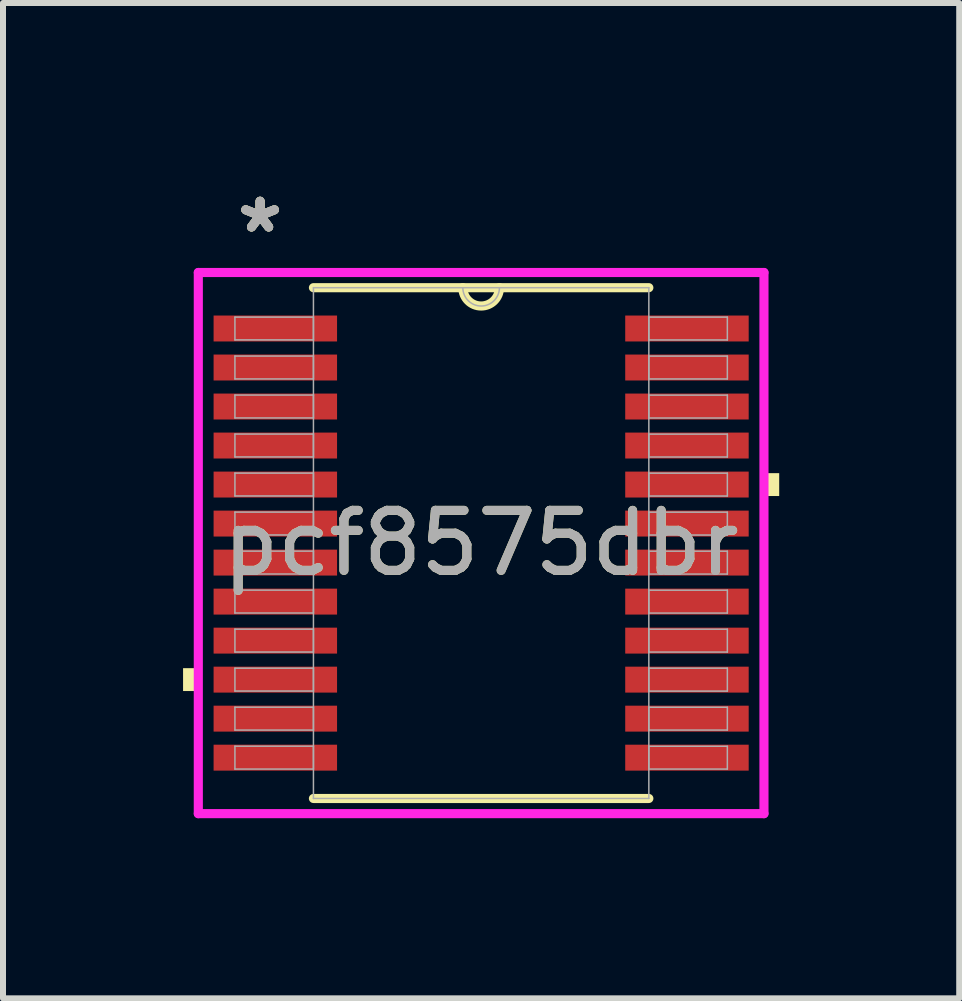
<source format=kicad_pcb>
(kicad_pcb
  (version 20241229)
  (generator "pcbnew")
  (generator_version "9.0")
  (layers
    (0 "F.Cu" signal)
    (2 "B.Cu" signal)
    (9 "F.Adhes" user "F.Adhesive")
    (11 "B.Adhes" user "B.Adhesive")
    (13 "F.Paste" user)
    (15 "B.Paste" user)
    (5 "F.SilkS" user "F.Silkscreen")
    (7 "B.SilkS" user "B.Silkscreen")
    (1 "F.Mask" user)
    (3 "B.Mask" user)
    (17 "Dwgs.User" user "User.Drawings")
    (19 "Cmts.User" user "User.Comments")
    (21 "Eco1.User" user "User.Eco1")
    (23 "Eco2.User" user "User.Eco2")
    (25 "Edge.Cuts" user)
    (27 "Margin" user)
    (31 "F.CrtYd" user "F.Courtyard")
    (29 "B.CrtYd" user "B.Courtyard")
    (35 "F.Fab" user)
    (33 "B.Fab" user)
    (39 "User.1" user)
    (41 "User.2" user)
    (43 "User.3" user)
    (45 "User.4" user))
  (footprint "pcf8575dbr"
    (layer "F.Cu")
    (at 4.966 5.998)
    (property "Reference" "pcf8575dbr" (at 0 0 0) (unlocked yes) (layer "F.SilkS") (effects (font (size 1 1) (thickness 0.15))))
    (attr smd)
    (fp_line (start -2.794 4.255) (end 2.794 4.255) (stroke (width 0.152) (type solid)) (layer "F.SilkS"))
    (fp_line (start 2.794 -4.255) (end -2.794 -4.255) (stroke (width 0.152) (type solid)) (layer "F.SilkS"))
    (fp_arc (start 0.3048 -4.2545) (mid 0 -3.9497) (end -0.3048 -4.2545) (stroke (width 0.1524) (type solid)) (layer "F.SilkS"))
    (fp_poly (pts (xy -4.966 2.084) (xy -4.966 2.465) (xy -4.712 2.465) (xy -4.712 2.084)) (stroke (width 0) (type solid)) (fill yes) (layer "F.SilkS"))
    (fp_poly (pts (xy 4.966 -1.165) (xy 4.966 -0.784) (xy 4.712 -0.784) (xy 4.712 -1.165)) (stroke (width 0) (type solid)) (fill yes) (layer "F.SilkS"))
    (fp_line (start -4.712 -4.508) (end 4.712 -4.508) (stroke (width 0.152) (type solid)) (layer "F.CrtYd"))
    (fp_line (start -4.712 4.508) (end -4.712 -4.508) (stroke (width 0.152) (type solid)) (layer "F.CrtYd"))
    (fp_line (start 4.712 -4.508) (end 4.712 4.508) (stroke (width 0.152) (type solid)) (layer "F.CrtYd"))
    (fp_line (start 4.712 4.508) (end -4.712 4.508) (stroke (width 0.152) (type solid)) (layer "F.CrtYd"))
    (fp_line (start -4.102 -3.765) (end -4.102 -3.385) (stroke (width 0.025) (type solid)) (layer "F.Fab"))
    (fp_line (start -4.102 -3.385) (end -2.794 -3.385) (stroke (width 0.025) (type solid)) (layer "F.Fab"))
    (fp_line (start -4.102 -3.116) (end -4.102 -2.735) (stroke (width 0.025) (type solid)) (layer "F.Fab"))
    (fp_line (start -4.102 -2.735) (end -2.794 -2.735) (stroke (width 0.025) (type solid)) (layer "F.Fab"))
    (fp_line (start -4.102 -2.466) (end -4.102 -2.085) (stroke (width 0.025) (type solid)) (layer "F.Fab"))
    (fp_line (start -4.102 -2.085) (end -2.794 -2.085) (stroke (width 0.025) (type solid)) (layer "F.Fab"))
    (fp_line (start -4.102 -1.816) (end -4.102 -1.435) (stroke (width 0.025) (type solid)) (layer "F.Fab"))
    (fp_line (start -4.102 -1.435) (end -2.794 -1.435) (stroke (width 0.025) (type solid)) (layer "F.Fab"))
    (fp_line (start -4.102 -1.166) (end -4.102 -0.785) (stroke (width 0.025) (type solid)) (layer "F.Fab"))
    (fp_line (start -4.102 -0.785) (end -2.794 -0.785) (stroke (width 0.025) (type solid)) (layer "F.Fab"))
    (fp_line (start -4.102 -0.516) (end -4.102 -0.135) (stroke (width 0.025) (type solid)) (layer "F.Fab"))
    (fp_line (start -4.102 -0.135) (end -2.794 -0.135) (stroke (width 0.025) (type solid)) (layer "F.Fab"))
    (fp_line (start -4.102 0.134) (end -4.102 0.515) (stroke (width 0.025) (type solid)) (layer "F.Fab"))
    (fp_line (start -4.102 0.515) (end -2.794 0.515) (stroke (width 0.025) (type solid)) (layer "F.Fab"))
    (fp_line (start -4.102 0.784) (end -4.102 1.165) (stroke (width 0.025) (type solid)) (layer "F.Fab"))
    (fp_line (start -4.102 1.165) (end -2.794 1.165) (stroke (width 0.025) (type solid)) (layer "F.Fab"))
    (fp_line (start -4.102 1.434) (end -4.102 1.815) (stroke (width 0.025) (type solid)) (layer "F.Fab"))
    (fp_line (start -4.102 1.815) (end -2.794 1.815) (stroke (width 0.025) (type solid)) (layer "F.Fab"))
    (fp_line (start -4.102 2.084) (end -4.102 2.465) (stroke (width 0.025) (type solid)) (layer "F.Fab"))
    (fp_line (start -4.102 2.465) (end -2.794 2.465) (stroke (width 0.025) (type solid)) (layer "F.Fab"))
    (fp_line (start -4.102 2.734) (end -4.102 3.115) (stroke (width 0.025) (type solid)) (layer "F.Fab"))
    (fp_line (start -4.102 3.115) (end -2.794 3.115) (stroke (width 0.025) (type solid)) (layer "F.Fab"))
    (fp_line (start -4.102 3.384) (end -4.102 3.765) (stroke (width 0.025) (type solid)) (layer "F.Fab"))
    (fp_line (start -4.102 3.765) (end -2.794 3.765) (stroke (width 0.025) (type solid)) (layer "F.Fab"))
    (fp_line (start -2.794 -4.255) (end -2.794 4.255) (stroke (width 0.025) (type solid)) (layer "F.Fab"))
    (fp_line (start -2.794 -3.765) (end -4.102 -3.765) (stroke (width 0.025) (type solid)) (layer "F.Fab"))
    (fp_line (start -2.794 -3.385) (end -2.794 -3.765) (stroke (width 0.025) (type solid)) (layer "F.Fab"))
    (fp_line (start -2.794 -3.116) (end -4.102 -3.116) (stroke (width 0.025) (type solid)) (layer "F.Fab"))
    (fp_line (start -2.794 -2.735) (end -2.794 -3.116) (stroke (width 0.025) (type solid)) (layer "F.Fab"))
    (fp_line (start -2.794 -2.466) (end -4.102 -2.466) (stroke (width 0.025) (type solid)) (layer "F.Fab"))
    (fp_line (start -2.794 -2.085) (end -2.794 -2.466) (stroke (width 0.025) (type solid)) (layer "F.Fab"))
    (fp_line (start -2.794 -1.816) (end -4.102 -1.816) (stroke (width 0.025) (type solid)) (layer "F.Fab"))
    (fp_line (start -2.794 -1.435) (end -2.794 -1.816) (stroke (width 0.025) (type solid)) (layer "F.Fab"))
    (fp_line (start -2.794 -1.166) (end -4.102 -1.166) (stroke (width 0.025) (type solid)) (layer "F.Fab"))
    (fp_line (start -2.794 -0.785) (end -2.794 -1.166) (stroke (width 0.025) (type solid)) (layer "F.Fab"))
    (fp_line (start -2.794 -0.516) (end -4.102 -0.516) (stroke (width 0.025) (type solid)) (layer "F.Fab"))
    (fp_line (start -2.794 -0.135) (end -2.794 -0.516) (stroke (width 0.025) (type solid)) (layer "F.Fab"))
    (fp_line (start -2.794 0.134) (end -4.102 0.134) (stroke (width 0.025) (type solid)) (layer "F.Fab"))
    (fp_line (start -2.794 0.515) (end -2.794 0.134) (stroke (width 0.025) (type solid)) (layer "F.Fab"))
    (fp_line (start -2.794 0.784) (end -4.102 0.784) (stroke (width 0.025) (type solid)) (layer "F.Fab"))
    (fp_line (start -2.794 1.165) (end -2.794 0.784) (stroke (width 0.025) (type solid)) (layer "F.Fab"))
    (fp_line (start -2.794 1.434) (end -4.102 1.434) (stroke (width 0.025) (type solid)) (layer "F.Fab"))
    (fp_line (start -2.794 1.815) (end -2.794 1.434) (stroke (width 0.025) (type solid)) (layer "F.Fab"))
    (fp_line (start -2.794 2.084) (end -4.102 2.084) (stroke (width 0.025) (type solid)) (layer "F.Fab"))
    (fp_line (start -2.794 2.465) (end -2.794 2.084) (stroke (width 0.025) (type solid)) (layer "F.Fab"))
    (fp_line (start -2.794 2.734) (end -4.102 2.734) (stroke (width 0.025) (type solid)) (layer "F.Fab"))
    (fp_line (start -2.794 3.115) (end -2.794 2.734) (stroke (width 0.025) (type solid)) (layer "F.Fab"))
    (fp_line (start -2.794 3.384) (end -4.102 3.384) (stroke (width 0.025) (type solid)) (layer "F.Fab"))
    (fp_line (start -2.794 3.765) (end -2.794 3.384) (stroke (width 0.025) (type solid)) (layer "F.Fab"))
    (fp_line (start -2.794 4.255) (end 2.794 4.255) (stroke (width 0.025) (type solid)) (layer "F.Fab"))
    (fp_line (start 2.794 -4.255) (end -2.794 -4.255) (stroke (width 0.025) (type solid)) (layer "F.Fab"))
    (fp_line (start 2.794 -3.765) (end 2.794 -3.384) (stroke (width 0.025) (type solid)) (layer "F.Fab"))
    (fp_line (start 2.794 -3.384) (end 4.102 -3.384) (stroke (width 0.025) (type solid)) (layer "F.Fab"))
    (fp_line (start 2.794 -3.115) (end 2.794 -2.734) (stroke (width 0.025) (type solid)) (layer "F.Fab"))
    (fp_line (start 2.794 -2.734) (end 4.102 -2.734) (stroke (width 0.025) (type solid)) (layer "F.Fab"))
    (fp_line (start 2.794 -2.465) (end 2.794 -2.084) (stroke (width 0.025) (type solid)) (layer "F.Fab"))
    (fp_line (start 2.794 -2.084) (end 4.102 -2.084) (stroke (width 0.025) (type solid)) (layer "F.Fab"))
    (fp_line (start 2.794 -1.815) (end 2.794 -1.434) (stroke (width 0.025) (type solid)) (layer "F.Fab"))
    (fp_line (start 2.794 -1.434) (end 4.102 -1.434) (stroke (width 0.025) (type solid)) (layer "F.Fab"))
    (fp_line (start 2.794 -1.165) (end 2.794 -0.784) (stroke (width 0.025) (type solid)) (layer "F.Fab"))
    (fp_line (start 2.794 -0.784) (end 4.102 -0.784) (stroke (width 0.025) (type solid)) (layer "F.Fab"))
    (fp_line (start 2.794 -0.515) (end 2.794 -0.134) (stroke (width 0.025) (type solid)) (layer "F.Fab"))
    (fp_line (start 2.794 -0.134) (end 4.102 -0.134) (stroke (width 0.025) (type solid)) (layer "F.Fab"))
    (fp_line (start 2.794 0.135) (end 2.794 0.516) (stroke (width 0.025) (type solid)) (layer "F.Fab"))
    (fp_line (start 2.794 0.516) (end 4.102 0.516) (stroke (width 0.025) (type solid)) (layer "F.Fab"))
    (fp_line (start 2.794 0.785) (end 2.794 1.166) (stroke (width 0.025) (type solid)) (layer "F.Fab"))
    (fp_line (start 2.794 1.166) (end 4.102 1.166) (stroke (width 0.025) (type solid)) (layer "F.Fab"))
    (fp_line (start 2.794 1.435) (end 2.794 1.816) (stroke (width 0.025) (type solid)) (layer "F.Fab"))
    (fp_line (start 2.794 1.816) (end 4.102 1.816) (stroke (width 0.025) (type solid)) (layer "F.Fab"))
    (fp_line (start 2.794 2.084) (end 2.794 2.466) (stroke (width 0.025) (type solid)) (layer "F.Fab"))
    (fp_line (start 2.794 2.466) (end 4.102 2.466) (stroke (width 0.025) (type solid)) (layer "F.Fab"))
    (fp_line (start 2.794 2.735) (end 2.794 3.115) (stroke (width 0.025) (type solid)) (layer "F.Fab"))
    (fp_line (start 2.794 3.115) (end 4.102 3.115) (stroke (width 0.025) (type solid)) (layer "F.Fab"))
    (fp_line (start 2.794 3.385) (end 2.794 3.765) (stroke (width 0.025) (type solid)) (layer "F.Fab"))
    (fp_line (start 2.794 3.765) (end 4.102 3.765) (stroke (width 0.025) (type solid)) (layer "F.Fab"))
    (fp_line (start 2.794 4.255) (end 2.794 -4.255) (stroke (width 0.025) (type solid)) (layer "F.Fab"))
    (fp_line (start 4.102 -3.765) (end 2.794 -3.765) (stroke (width 0.025) (type solid)) (layer "F.Fab"))
    (fp_line (start 4.102 -3.384) (end 4.102 -3.765) (stroke (width 0.025) (type solid)) (layer "F.Fab"))
    (fp_line (start 4.102 -3.115) (end 2.794 -3.115) (stroke (width 0.025) (type solid)) (layer "F.Fab"))
    (fp_line (start 4.102 -2.734) (end 4.102 -3.115) (stroke (width 0.025) (type solid)) (layer "F.Fab"))
    (fp_line (start 4.102 -2.465) (end 2.794 -2.465) (stroke (width 0.025) (type solid)) (layer "F.Fab"))
    (fp_line (start 4.102 -2.084) (end 4.102 -2.465) (stroke (width 0.025) (type solid)) (layer "F.Fab"))
    (fp_line (start 4.102 -1.815) (end 2.794 -1.815) (stroke (width 0.025) (type solid)) (layer "F.Fab"))
    (fp_line (start 4.102 -1.434) (end 4.102 -1.815) (stroke (width 0.025) (type solid)) (layer "F.Fab"))
    (fp_line (start 4.102 -1.165) (end 2.794 -1.165) (stroke (width 0.025) (type solid)) (layer "F.Fab"))
    (fp_line (start 4.102 -0.784) (end 4.102 -1.165) (stroke (width 0.025) (type solid)) (layer "F.Fab"))
    (fp_line (start 4.102 -0.515) (end 2.794 -0.515) (stroke (width 0.025) (type solid)) (layer "F.Fab"))
    (fp_line (start 4.102 -0.134) (end 4.102 -0.515) (stroke (width 0.025) (type solid)) (layer "F.Fab"))
    (fp_line (start 4.102 0.135) (end 2.794 0.135) (stroke (width 0.025) (type solid)) (layer "F.Fab"))
    (fp_line (start 4.102 0.516) (end 4.102 0.135) (stroke (width 0.025) (type solid)) (layer "F.Fab"))
    (fp_line (start 4.102 0.785) (end 2.794 0.785) (stroke (width 0.025) (type solid)) (layer "F.Fab"))
    (fp_line (start 4.102 1.166) (end 4.102 0.785) (stroke (width 0.025) (type solid)) (layer "F.Fab"))
    (fp_line (start 4.102 1.435) (end 2.794 1.435) (stroke (width 0.025) (type solid)) (layer "F.Fab"))
    (fp_line (start 4.102 1.816) (end 4.102 1.435) (stroke (width 0.025) (type solid)) (layer "F.Fab"))
    (fp_line (start 4.102 2.084) (end 2.794 2.084) (stroke (width 0.025) (type solid)) (layer "F.Fab"))
    (fp_line (start 4.102 2.466) (end 4.102 2.084) (stroke (width 0.025) (type solid)) (layer "F.Fab"))
    (fp_line (start 4.102 2.735) (end 2.794 2.735) (stroke (width 0.025) (type solid)) (layer "F.Fab"))
    (fp_line (start 4.102 3.115) (end 4.102 2.735) (stroke (width 0.025) (type solid)) (layer "F.Fab"))
    (fp_line (start 4.102 3.385) (end 2.794 3.385) (stroke (width 0.025) (type solid)) (layer "F.Fab"))
    (fp_line (start 4.102 3.765) (end 4.102 3.385) (stroke (width 0.025) (type solid)) (layer "F.Fab"))
    (fp_arc (start 0.3048 -4.2545) (mid 0 -3.9497) (end -0.3048 -4.2545) (stroke (width 0.0254) (type solid)) (layer "F.Fab"))
    (fp_text user "*" (at -3.683 -5.15 0) (layer "F.SilkS") (effects (font (size 1 1) (thickness 0.15))))
    (fp_text user "*" (at -3.683 -5.15 0) (unlocked yes) (layer "F.SilkS") (effects (font (size 1 1) (thickness 0.15))))
    (fp_text user "${REFERENCE}" (at 0 0 0) (unlocked yes) (layer "F.Fab") (effects (font (size 1 1) (thickness 0.15))))
    (fp_text user "*" (at -3.683 -5.15 0) (layer "F.Fab") (effects (font (size 1 1) (thickness 0.15))))
    (fp_text user "*" (at -3.683 -5.15 0) (unlocked yes) (layer "F.Fab") (effects (font (size 1 1) (thickness 0.15))))
    (pad "1" smd rect (at -3.429 -3.575) (size 2.057 0.432) (layers "F.Cu" "F.Mask" "F.Paste"))
    (pad "2" smd rect (at -3.429 -2.925) (size 2.057 0.432) (layers "F.Cu" "F.Mask" "F.Paste"))
    (pad "3" smd rect (at -3.429 -2.275) (size 2.057 0.432) (layers "F.Cu" "F.Mask" "F.Paste"))
    (pad "4" smd rect (at -3.429 -1.625) (size 2.057 0.432) (layers "F.Cu" "F.Mask" "F.Paste"))
    (pad "5" smd rect (at -3.429 -0.975) (size 2.057 0.432) (layers "F.Cu" "F.Mask" "F.Paste"))
    (pad "6" smd rect (at -3.429 -0.325) (size 2.057 0.432) (layers "F.Cu" "F.Mask" "F.Paste"))
    (pad "7" smd rect (at -3.429 0.325) (size 2.057 0.432) (layers "F.Cu" "F.Mask" "F.Paste"))
    (pad "8" smd rect (at -3.429 0.975) (size 2.057 0.432) (layers "F.Cu" "F.Mask" "F.Paste"))
    (pad "9" smd rect (at -3.429 1.625) (size 2.057 0.432) (layers "F.Cu" "F.Mask" "F.Paste"))
    (pad "10" smd rect (at -3.429 2.275) (size 2.057 0.432) (layers "F.Cu" "F.Mask" "F.Paste"))
    (pad "11" smd rect (at -3.429 2.925) (size 2.057 0.432) (layers "F.Cu" "F.Mask" "F.Paste"))
    (pad "12" smd rect (at -3.429 3.575) (size 2.057 0.432) (layers "F.Cu" "F.Mask" "F.Paste"))
    (pad "13" smd rect (at 3.429 3.575) (size 2.057 0.432) (layers "F.Cu" "F.Mask" "F.Paste"))
    (pad "14" smd rect (at 3.429 2.925) (size 2.057 0.432) (layers "F.Cu" "F.Mask" "F.Paste"))
    (pad "15" smd rect (at 3.429 2.275) (size 2.057 0.432) (layers "F.Cu" "F.Mask" "F.Paste"))
    (pad "16" smd rect (at 3.429 1.625) (size 2.057 0.432) (layers "F.Cu" "F.Mask" "F.Paste"))
    (pad "17" smd rect (at 3.429 0.975) (size 2.057 0.432) (layers "F.Cu" "F.Mask" "F.Paste"))
    (pad "18" smd rect (at 3.429 0.325) (size 2.057 0.432) (layers "F.Cu" "F.Mask" "F.Paste"))
    (pad "19" smd rect (at 3.429 -0.325) (size 2.057 0.432) (layers "F.Cu" "F.Mask" "F.Paste"))
    (pad "20" smd rect (at 3.429 -0.975) (size 2.057 0.432) (layers "F.Cu" "F.Mask" "F.Paste"))
    (pad "21" smd rect (at 3.429 -1.625) (size 2.057 0.432) (layers "F.Cu" "F.Mask" "F.Paste"))
    (pad "22" smd rect (at 3.429 -2.275) (size 2.057 0.432) (layers "F.Cu" "F.Mask" "F.Paste"))
    (pad "23" smd rect (at 3.429 -2.925) (size 2.057 0.432) (layers "F.Cu" "F.Mask" "F.Paste"))
    (pad "24" smd rect (at 3.429 -3.575) (size 2.057 0.432) (layers "F.Cu" "F.Mask" "F.Paste")))
  (gr_rect
    (start -3 -3)
    (end 12.931 13.583)
    (stroke (width 0.1) (type default))
    (fill no)
    (layer "Edge.Cuts")))
</source>
